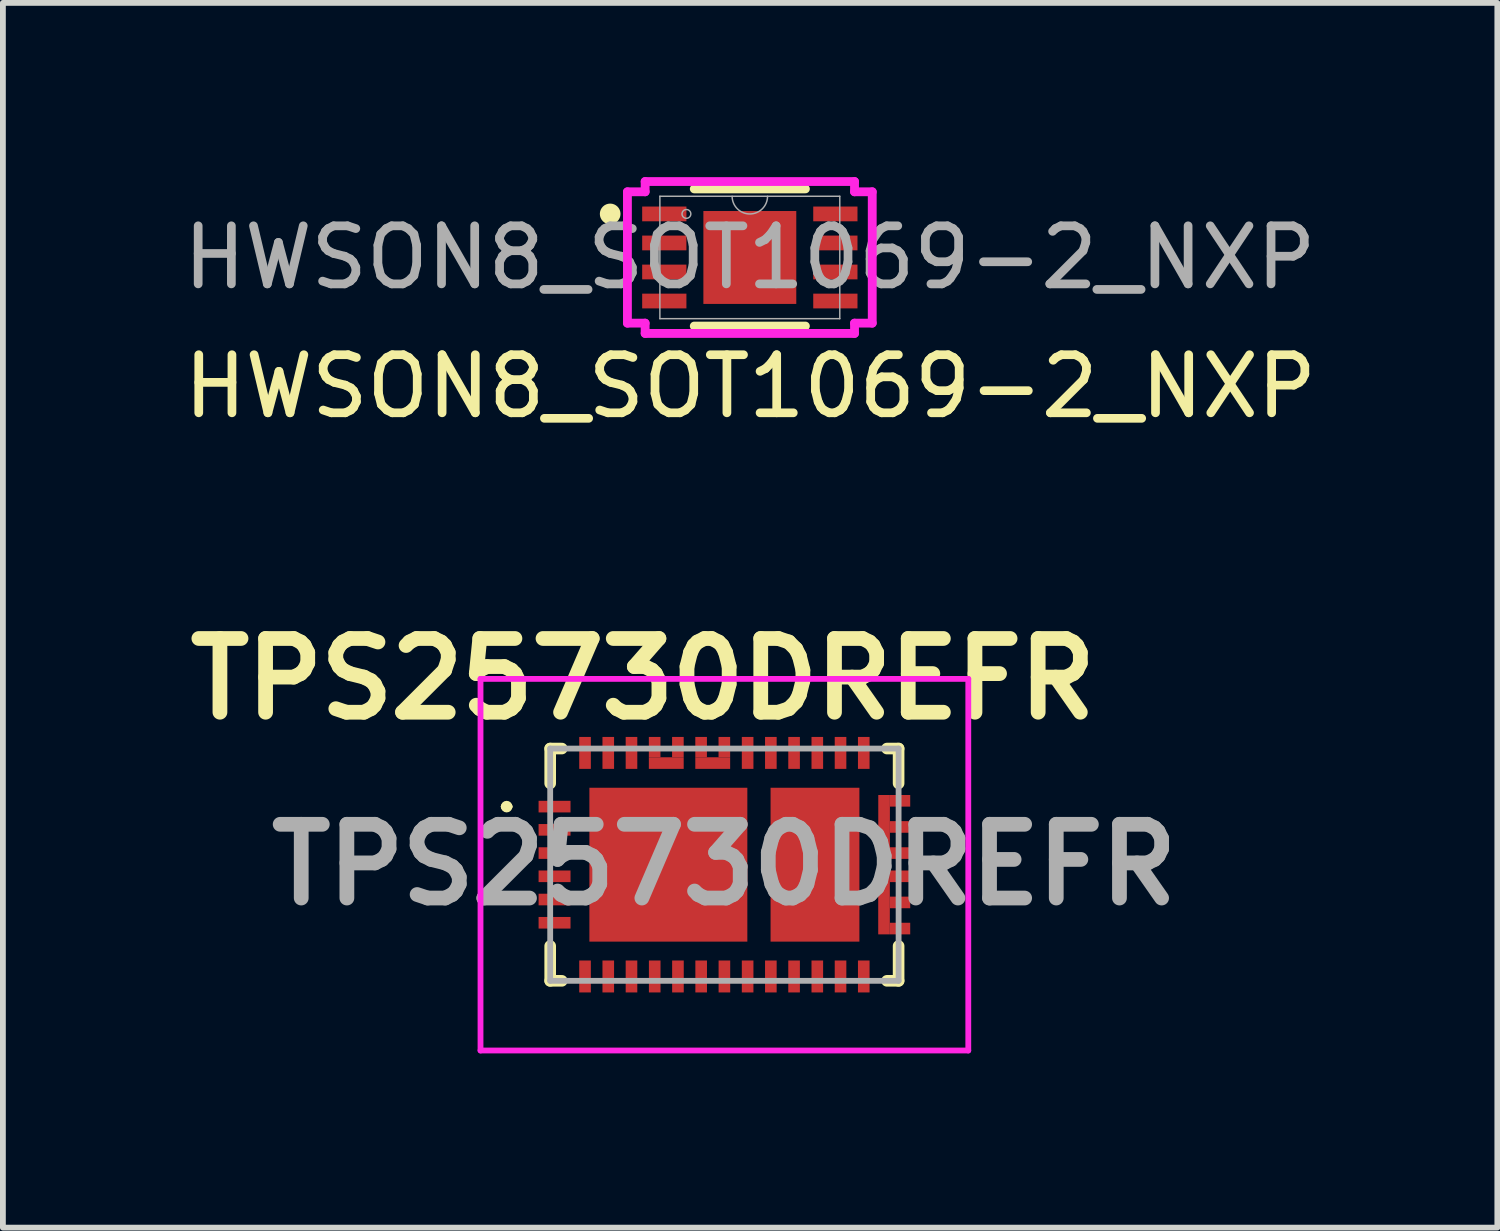
<source format=kicad_pcb>
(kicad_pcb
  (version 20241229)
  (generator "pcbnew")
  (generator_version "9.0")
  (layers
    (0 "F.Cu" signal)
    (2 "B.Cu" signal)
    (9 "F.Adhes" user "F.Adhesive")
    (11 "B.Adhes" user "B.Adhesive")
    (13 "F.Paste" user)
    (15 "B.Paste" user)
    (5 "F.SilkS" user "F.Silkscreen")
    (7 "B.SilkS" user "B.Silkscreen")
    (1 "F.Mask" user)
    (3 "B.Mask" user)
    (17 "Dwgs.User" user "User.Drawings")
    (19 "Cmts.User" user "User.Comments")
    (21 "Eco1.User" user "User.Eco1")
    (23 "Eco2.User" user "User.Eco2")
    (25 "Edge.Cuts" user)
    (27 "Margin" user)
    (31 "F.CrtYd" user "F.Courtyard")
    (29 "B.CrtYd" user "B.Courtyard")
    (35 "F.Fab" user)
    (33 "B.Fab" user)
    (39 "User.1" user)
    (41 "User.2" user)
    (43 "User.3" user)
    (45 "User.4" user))
  (footprint "HWSON8_SOT1069-2_NXP"
    (layer "F.Cu")
    (at 9.863 1.384)
    (property "Reference" "HWSON8_SOT1069-2_NXP" (at 0.01 2.22 0) (unlocked yes) (layer "F.SilkS") (effects (font (size 1 1) (thickness 0.15))))
    (attr smd)
    (fp_line (start -0.957 1.181) (end 0.957 1.181) (stroke (width 0.152) (type solid)) (layer "F.SilkS"))
    (fp_line (start 0.957 -1.181) (end -0.957 -1.181) (stroke (width 0.152) (type solid)) (layer "F.SilkS"))
    (fp_circle (center -2.405 -0.75) (end -2.303 -0.75) (stroke (width 0.152) (type solid)) (fill yes) (layer "F.SilkS"))
    (fp_line (start -2.108 -1.131) (end -1.803 -1.131) (stroke (width 0.152) (type solid)) (layer "F.CrtYd"))
    (fp_line (start -2.108 1.131) (end -2.108 -1.131) (stroke (width 0.152) (type solid)) (layer "F.CrtYd"))
    (fp_line (start -2.108 1.131) (end -1.803 1.131) (stroke (width 0.152) (type solid)) (layer "F.CrtYd"))
    (fp_line (start -1.803 -1.308) (end 1.803 -1.308) (stroke (width 0.152) (type solid)) (layer "F.CrtYd"))
    (fp_line (start -1.803 -1.131) (end -1.803 -1.308) (stroke (width 0.152) (type solid)) (layer "F.CrtYd"))
    (fp_line (start -1.803 1.308) (end -1.803 1.131) (stroke (width 0.152) (type solid)) (layer "F.CrtYd"))
    (fp_line (start 1.803 -1.308) (end 1.803 -1.131) (stroke (width 0.152) (type solid)) (layer "F.CrtYd"))
    (fp_line (start 1.803 1.131) (end 1.803 1.308) (stroke (width 0.152) (type solid)) (layer "F.CrtYd"))
    (fp_line (start 1.803 1.308) (end -1.803 1.308) (stroke (width 0.152) (type solid)) (layer "F.CrtYd"))
    (fp_line (start 2.108 -1.131) (end 1.803 -1.131) (stroke (width 0.152) (type solid)) (layer "F.CrtYd"))
    (fp_line (start 2.108 -1.131) (end 2.108 1.131) (stroke (width 0.152) (type solid)) (layer "F.CrtYd"))
    (fp_line (start 2.108 1.131) (end 1.803 1.131) (stroke (width 0.152) (type solid)) (layer "F.CrtYd"))
    (fp_line (start -1.549 -1.054) (end -1.549 1.054) (stroke (width 0.025) (type solid)) (layer "F.Fab"))
    (fp_line (start -1.549 1.054) (end 1.549 1.054) (stroke (width 0.025) (type solid)) (layer "F.Fab"))
    (fp_line (start 1.549 -1.054) (end -1.549 -1.054) (stroke (width 0.025) (type solid)) (layer "F.Fab"))
    (fp_line (start 1.549 1.054) (end 1.549 -1.054) (stroke (width 0.025) (type solid)) (layer "F.Fab"))
    (fp_arc (start 0.3048 -1.0541) (mid 0 -0.7493) (end -0.3048 -1.0541) (stroke (width 0.0254) (type solid)) (layer "F.Fab"))
    (fp_circle (center -1.092 -0.75) (end -1.016 -0.75) (stroke (width 0.025) (type solid)) (fill no) (layer "F.Fab"))
    (fp_text user "${REFERENCE}" (at 0 0 0) (unlocked yes) (layer "F.Fab") (effects (font (size 1 1) (thickness 0.15))))
    (pad "1" smd rect (at -1.473 -0.75) (size 0.762 0.254) (layers "F.Cu" "F.Mask" "F.Paste"))
    (pad "2" smd rect (at -1.473 -0.25) (size 0.762 0.254) (layers "F.Cu" "F.Mask" "F.Paste"))
    (pad "3" smd rect (at -1.473 0.25) (size 0.762 0.254) (layers "F.Cu" "F.Mask" "F.Paste"))
    (pad "4" smd rect (at -1.473 0.75) (size 0.762 0.254) (layers "F.Cu" "F.Mask" "F.Paste"))
    (pad "5" smd rect (at 1.473 0.75) (size 0.762 0.254) (layers "F.Cu" "F.Mask" "F.Paste"))
    (pad "6" smd rect (at 1.473 0.25) (size 0.762 0.254) (layers "F.Cu" "F.Mask" "F.Paste"))
    (pad "7" smd rect (at 1.473 -0.25) (size 0.762 0.254) (layers "F.Cu" "F.Mask" "F.Paste"))
    (pad "8" smd rect (at 1.473 -0.75) (size 0.762 0.254) (layers "F.Cu" "F.Mask" "F.Paste"))
    (pad "9" smd rect (at 0 0) (size 1.6 1.6) (layers "F.Cu" "F.Mask" "F.Paste")))
  (footprint "TPS25730DREFR"
    (layer "F.Cu")
    (at 9.425 11.841)
    (property "Reference" "TPS25730DREFR" (at -1.4 -3.2 0) (layer "F.SilkS") (effects (font (size 1.27 1.27) (thickness 0.254))))
    (attr smd)
    (fp_line (start -3.8 -1) (end -3.8 -1) (stroke (width 0.1) (type solid)) (layer "F.SilkS"))
    (fp_line (start -3.7 -1) (end -3.7 -1) (stroke (width 0.1) (type solid)) (layer "F.SilkS"))
    (fp_line (start -3 -2) (end -2.8 -2) (stroke (width 0.2) (type solid)) (layer "F.SilkS"))
    (fp_line (start -3 -1.4) (end -3 -2) (stroke (width 0.2) (type solid)) (layer "F.SilkS"))
    (fp_line (start -3 1.4) (end -3 2) (stroke (width 0.2) (type solid)) (layer "F.SilkS"))
    (fp_line (start -3 2) (end -2.8 2) (stroke (width 0.2) (type solid)) (layer "F.SilkS"))
    (fp_line (start 2.8 -2) (end 3 -2) (stroke (width 0.2) (type solid)) (layer "F.SilkS"))
    (fp_line (start 2.8 2) (end 3 2) (stroke (width 0.2) (type solid)) (layer "F.SilkS"))
    (fp_line (start 3 -2) (end 3 -1.4) (stroke (width 0.2) (type solid)) (layer "F.SilkS"))
    (fp_line (start 3 2) (end 3 1.4) (stroke (width 0.2) (type solid)) (layer "F.SilkS"))
    (fp_arc (start -3.8 -1) (mid -3.75 -1.05) (end -3.7 -1) (stroke (width 0.1) (type solid)) (layer "F.SilkS"))
    (fp_arc (start -3.7 -1) (mid -3.75 -0.95) (end -3.8 -1) (stroke (width 0.1) (type solid)) (layer "F.SilkS"))
    (fp_line (start -4.2 -3.2) (end 4.2 -3.2) (stroke (width 0.1) (type solid)) (layer "F.CrtYd"))
    (fp_line (start -4.2 3.2) (end -4.2 -3.2) (stroke (width 0.1) (type solid)) (layer "F.CrtYd"))
    (fp_line (start 4.2 -3.2) (end 4.2 3.2) (stroke (width 0.1) (type solid)) (layer "F.CrtYd"))
    (fp_line (start 4.2 3.2) (end -4.2 3.2) (stroke (width 0.1) (type solid)) (layer "F.CrtYd"))
    (fp_line (start -3 -2) (end -3 2) (stroke (width 0.1) (type solid)) (layer "F.Fab"))
    (fp_line (start -3 2) (end 3 2) (stroke (width 0.1) (type solid)) (layer "F.Fab"))
    (fp_line (start 3 -2) (end -3 -2) (stroke (width 0.1) (type solid)) (layer "F.Fab"))
    (fp_line (start 3 2) (end 3 -2) (stroke (width 0.1) (type solid)) (layer "F.Fab"))
    (fp_text user "${REFERENCE}" (at 0 0 0) (layer "F.Fab") (effects (font (size 1.27 1.27) (thickness 0.254))))
    (pad "1" smd rect (at -2.925 -1 90) (size 0.2 0.55) (layers "F.Cu" "F.Mask" "F.Paste"))
    (pad "2" smd rect (at -2.925 -0.6 90) (size 0.2 0.55) (layers "F.Cu" "F.Mask" "F.Paste"))
    (pad "3" smd rect (at -2.925 -0.2 90) (size 0.2 0.55) (layers "F.Cu" "F.Mask" "F.Paste"))
    (pad "4" smd rect (at -2.925 0.2 90) (size 0.2 0.55) (layers "F.Cu" "F.Mask" "F.Paste"))
    (pad "5" smd rect (at -2.925 0.6 90) (size 0.2 0.55) (layers "F.Cu" "F.Mask" "F.Paste"))
    (pad "6" smd rect (at -2.925 1 90) (size 0.2 0.55) (layers "F.Cu" "F.Mask" "F.Paste"))
    (pad "7" smd rect (at -2.4 1.925) (size 0.2 0.55) (layers "F.Cu" "F.Mask" "F.Paste"))
    (pad "8" smd rect (at -2 1.925) (size 0.2 0.55) (layers "F.Cu" "F.Mask" "F.Paste"))
    (pad "9" smd rect (at -1.6 1.925) (size 0.2 0.55) (layers "F.Cu" "F.Mask" "F.Paste"))
    (pad "10" smd rect (at -1.2 1.925) (size 0.2 0.55) (layers "F.Cu" "F.Mask" "F.Paste"))
    (pad "11" smd rect (at -0.8 1.925) (size 0.2 0.55) (layers "F.Cu" "F.Mask" "F.Paste"))
    (pad "12" smd rect (at -0.4 1.925) (size 0.2 0.55) (layers "F.Cu" "F.Mask" "F.Paste"))
    (pad "13" smd rect (at 0 1.925) (size 0.2 0.55) (layers "F.Cu" "F.Mask" "F.Paste"))
    (pad "14" smd rect (at 0.4 1.925) (size 0.2 0.55) (layers "F.Cu" "F.Mask" "F.Paste"))
    (pad "15" smd rect (at 0.8 1.925) (size 0.2 0.55) (layers "F.Cu" "F.Mask" "F.Paste"))
    (pad "16" smd rect (at 1.2 1.925) (size 0.2 0.55) (layers "F.Cu" "F.Mask" "F.Paste"))
    (pad "17" smd rect (at 1.6 1.925) (size 0.2 0.55) (layers "F.Cu" "F.Mask" "F.Paste"))
    (pad "18" smd rect (at 2 1.925) (size 0.2 0.55) (layers "F.Cu" "F.Mask" "F.Paste"))
    (pad "19" smd rect (at 2.4 1.925) (size 0.2 0.55) (layers "F.Cu" "F.Mask" "F.Paste"))
    (pad "20" smd rect (at 2.749 0.65) (size 0.2 1.1) (layers "F.Cu" "F.Mask" "F.Paste"))
    (pad "20" smd rect (at 3.025 1.1 90) (size 0.2 0.35) (layers "F.Cu" "F.Mask" "F.Paste"))
    (pad "21" smd rect (at 3.025 0.65 90) (size 0.2 0.35) (layers "F.Cu" "F.Mask" "F.Paste"))
    (pad "22" smd rect (at 3.025 0.2 90) (size 0.2 0.35) (layers "F.Cu" "F.Mask" "F.Paste"))
    (pad "23" smd rect (at 2.75 -0.65) (size 0.2 1.1) (layers "F.Cu" "F.Mask" "F.Paste"))
    (pad "23" smd rect (at 3.025 -0.2 90) (size 0.2 0.35) (layers "F.Cu" "F.Mask" "F.Paste"))
    (pad "24" smd rect (at 3.025 -0.65 90) (size 0.2 0.35) (layers "F.Cu" "F.Mask" "F.Paste"))
    (pad "25" smd rect (at 3.025 -1.1 90) (size 0.2 0.35) (layers "F.Cu" "F.Mask" "F.Paste"))
    (pad "26" smd rect (at 2.4 -1.925) (size 0.2 0.55) (layers "F.Cu" "F.Mask" "F.Paste"))
    (pad "27" smd rect (at 2 -1.925) (size 0.2 0.55) (layers "F.Cu" "F.Mask" "F.Paste"))
    (pad "28" smd rect (at 1.6 -1.925) (size 0.2 0.55) (layers "F.Cu" "F.Mask" "F.Paste"))
    (pad "29" smd rect (at 1.2 -1.925) (size 0.2 0.55) (layers "F.Cu" "F.Mask" "F.Paste"))
    (pad "30" smd rect (at 0.8 -1.925) (size 0.2 0.55) (layers "F.Cu" "F.Mask" "F.Paste"))
    (pad "31" smd rect (at 0.4 -1.925) (size 0.2 0.55) (layers "F.Cu" "F.Mask" "F.Paste"))
    (pad "32" smd rect (at -0.201 -1.75 90) (size 0.2 0.6) (layers "F.Cu" "F.Mask" "F.Paste"))
    (pad "32" smd rect (at -0.001 -2.025) (size 0.2 0.35) (layers "F.Cu" "F.Mask" "F.Paste"))
    (pad "33" smd rect (at -0.401 -2.025) (size 0.2 0.35) (layers "F.Cu" "F.Mask" "F.Paste"))
    (pad "34" smd rect (at -1.001 -1.75 90) (size 0.2 0.6) (layers "F.Cu" "F.Mask" "F.Paste"))
    (pad "34" smd rect (at -0.801 -2.025) (size 0.2 0.35) (layers "F.Cu" "F.Mask" "F.Paste"))
    (pad "35" smd rect (at -1.201 -2.025) (size 0.2 0.35) (layers "F.Cu" "F.Mask" "F.Paste"))
    (pad "36" smd rect (at -1.6 -1.925) (size 0.2 0.55) (layers "F.Cu" "F.Mask" "F.Paste"))
    (pad "37" smd rect (at -2 -1.925) (size 0.2 0.55) (layers "F.Cu" "F.Mask" "F.Paste"))
    (pad "38" smd rect (at -2.4 -1.925) (size 0.2 0.55) (layers "F.Cu" "F.Mask" "F.Paste"))
    (pad "39" smd rect (at -0.965 0 90) (size 2.65 2.72) (layers "F.Cu" "F.Mask" "F.Paste"))
    (pad "40" smd rect (at 1.56 0) (size 1.53 2.65) (layers "F.Cu" "F.Mask" "F.Paste")))
  (gr_rect
    (start -3 -3)
    (end 22.736 18.091)
    (stroke (width 0.1) (type default))
    (fill no)
    (layer "Edge.Cuts")))
</source>
